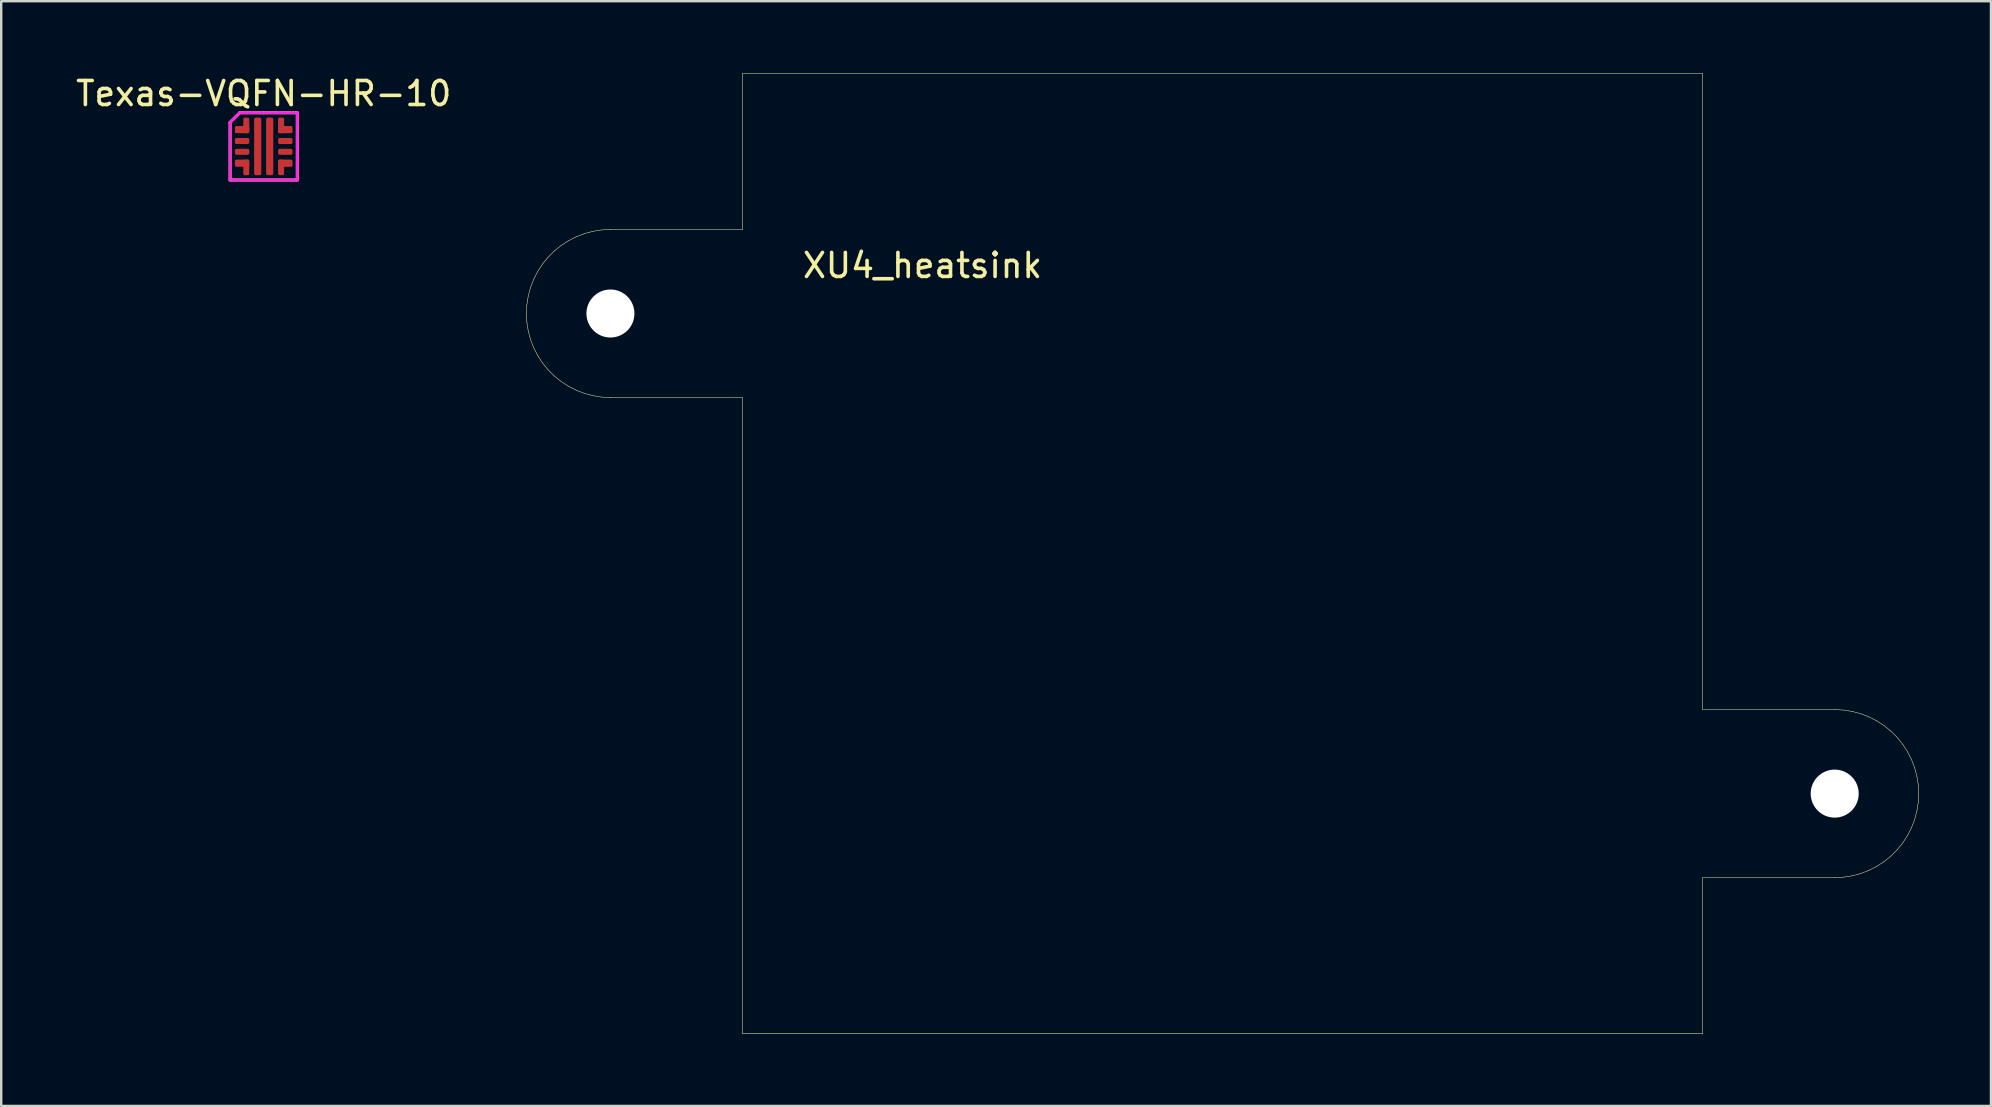
<source format=kicad_pcb>
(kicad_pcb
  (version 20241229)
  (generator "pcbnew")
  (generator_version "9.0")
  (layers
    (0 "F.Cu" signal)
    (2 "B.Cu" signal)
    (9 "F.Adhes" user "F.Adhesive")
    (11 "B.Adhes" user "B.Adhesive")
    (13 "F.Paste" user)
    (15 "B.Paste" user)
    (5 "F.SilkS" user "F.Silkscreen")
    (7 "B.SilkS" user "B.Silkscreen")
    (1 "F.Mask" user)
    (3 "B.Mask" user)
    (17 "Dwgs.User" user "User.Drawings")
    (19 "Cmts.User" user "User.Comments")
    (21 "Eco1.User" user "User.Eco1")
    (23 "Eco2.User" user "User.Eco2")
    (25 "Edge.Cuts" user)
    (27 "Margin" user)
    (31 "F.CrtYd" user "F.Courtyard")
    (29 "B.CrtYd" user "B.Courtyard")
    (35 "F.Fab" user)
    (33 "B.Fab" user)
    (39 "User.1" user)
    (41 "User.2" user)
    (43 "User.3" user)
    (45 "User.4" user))
  (footprint "Texas-VQFN-HR-10"
    (layer "F.Cu")
    (at 7.935 3.048)
    (property "Reference" "Texas-VQFN-HR-10" (at 0 -2.2 0) (unlocked yes) (layer "F.SilkS") (effects (font (size 1 1) (thickness 0.15))))
    (attr smd)
    (fp_line (start -1.4 -1) (end -1.4 1.4) (stroke (width 0.12) (type default)) (layer "F.SilkS"))
    (fp_line (start -1.4 1.4) (end 1.4 1.4) (stroke (width 0.12) (type default)) (layer "F.SilkS"))
    (fp_line (start -1 -1.4) (end -1.4 -1) (stroke (width 0.12) (type default)) (layer "F.SilkS"))
    (fp_line (start 0 -1.4) (end -1 -1.4) (stroke (width 0.12) (type default)) (layer "F.SilkS"))
    (fp_line (start 1.4 -1.4) (end 0 -1.4) (stroke (width 0.12) (type default)) (layer "F.SilkS"))
    (fp_line (start 1.4 1.4) (end 1.4 -1.4) (stroke (width 0.12) (type default)) (layer "F.SilkS"))
    (fp_line (start -1.4 -1) (end -1.4 1.4) (stroke (width 0.12) (type default)) (layer "F.CrtYd"))
    (fp_line (start -1.4 1.4) (end 1.4 1.4) (stroke (width 0.12) (type default)) (layer "F.CrtYd"))
    (fp_line (start -1 -1.4) (end -1.4 -1) (stroke (width 0.12) (type default)) (layer "F.CrtYd"))
    (fp_line (start 1.4 -1.4) (end -1 -1.4) (stroke (width 0.12) (type default)) (layer "F.CrtYd"))
    (fp_line (start 1.4 1.4) (end 1.4 -1.4) (stroke (width 0.12) (type default)) (layer "F.CrtYd"))
    (pad "1" smd roundrect (at -0.9 -0.7) (size 0.6 0.3) (layers "F.Cu" "F.Mask" "F.Paste") (roundrect_rratio 0.208))
    (pad "1" smd roundrect (at -0.725 -0.875) (size 0.25 0.65) (layers "F.Cu" "F.Mask" "F.Paste") (roundrect_rratio 0.25))
    (pad "2" smd roundrect (at -0.9 -0.225) (size 0.6 0.25) (layers "F.Cu" "F.Mask" "F.Paste") (roundrect_rratio 0.25))
    (pad "3" smd roundrect (at -0.9 0.225) (size 0.6 0.25) (layers "F.Cu" "F.Mask" "F.Paste") (roundrect_rratio 0.25))
    (pad "4" smd roundrect (at -0.9 0.7) (size 0.6 0.3) (layers "F.Cu" "F.Mask" "F.Paste") (roundrect_rratio 0.208))
    (pad "4" smd roundrect (at -0.725 0.875) (size 0.25 0.65) (layers "F.Cu" "F.Mask" "F.Paste") (roundrect_rratio 0.25))
    (pad "5" smd roundrect (at -0.25 0) (size 0.3 2.4) (layers "F.Cu" "F.Mask" "F.Paste") (roundrect_rratio 0.25))
    (pad "6" smd roundrect (at 0.25 0) (size 0.3 2.4) (layers "F.Cu" "F.Mask" "F.Paste") (roundrect_rratio 0.25))
    (pad "7" smd roundrect (at 0.725 0.875) (size 0.25 0.65) (layers "F.Cu" "F.Mask" "F.Paste") (roundrect_rratio 0.25))
    (pad "7" smd roundrect (at 0.9 0.7) (size 0.6 0.3) (layers "F.Cu" "F.Mask" "F.Paste") (roundrect_rratio 0.208))
    (pad "8" smd roundrect (at 0.9 0.225) (size 0.6 0.25) (layers "F.Cu" "F.Mask" "F.Paste") (roundrect_rratio 0.25))
    (pad "9" smd roundrect (at 0.9 -0.225) (size 0.6 0.25) (layers "F.Cu" "F.Mask" "F.Paste") (roundrect_rratio 0.25))
    (pad "10" smd roundrect (at 0.725 -0.875) (size 0.25 0.65) (layers "F.Cu" "F.Mask" "F.Paste") (roundrect_rratio 0.25))
    (pad "10" smd roundrect (at 0.9 -0.7) (size 0.6 0.3) (layers "F.Cu" "F.Mask" "F.Paste") (roundrect_rratio 0.208)))
  (footprint "XU4_heatsink"
    (layer "F.Cu")
    (at 22.379 10.01)
    (property "Reference" "XU4_heatsink" (at 13 -2 0) (unlocked yes) (layer "F.SilkS") (effects (font (size 1 1) (thickness 0.15))))
    (attr smd)
    (fp_line (start -3.5 0) (end -3.481 0.366) (stroke (width 0.02) (type solid)) (layer "F.SilkS"))
    (fp_line (start -3.481 -0.366) (end -3.5 0) (stroke (width 0.02) (type solid)) (layer "F.SilkS"))
    (fp_line (start -3.481 0.366) (end -3.424 0.728) (stroke (width 0.02) (type solid)) (layer "F.SilkS"))
    (fp_line (start -3.424 -0.728) (end -3.481 -0.366) (stroke (width 0.02) (type solid)) (layer "F.SilkS"))
    (fp_line (start -3.424 0.728) (end -3.329 1.082) (stroke (width 0.02) (type solid)) (layer "F.SilkS"))
    (fp_line (start -3.329 -1.082) (end -3.424 -0.728) (stroke (width 0.02) (type solid)) (layer "F.SilkS"))
    (fp_line (start -3.329 1.082) (end -3.197 1.424) (stroke (width 0.02) (type solid)) (layer "F.SilkS"))
    (fp_line (start -3.197 -1.424) (end -3.329 -1.082) (stroke (width 0.02) (type solid)) (layer "F.SilkS"))
    (fp_line (start -3.197 1.424) (end -3.031 1.75) (stroke (width 0.02) (type solid)) (layer "F.SilkS"))
    (fp_line (start -3.031 -1.75) (end -3.197 -1.424) (stroke (width 0.02) (type solid)) (layer "F.SilkS"))
    (fp_line (start -3.031 1.75) (end -2.832 2.057) (stroke (width 0.02) (type solid)) (layer "F.SilkS"))
    (fp_line (start -2.832 -2.057) (end -3.031 -1.75) (stroke (width 0.02) (type solid)) (layer "F.SilkS"))
    (fp_line (start -2.832 2.057) (end -2.601 2.342) (stroke (width 0.02) (type solid)) (layer "F.SilkS"))
    (fp_line (start -2.601 -2.342) (end -2.832 -2.057) (stroke (width 0.02) (type solid)) (layer "F.SilkS"))
    (fp_line (start -2.601 2.342) (end -2.342 2.601) (stroke (width 0.02) (type solid)) (layer "F.SilkS"))
    (fp_line (start -2.342 -2.601) (end -2.601 -2.342) (stroke (width 0.02) (type solid)) (layer "F.SilkS"))
    (fp_line (start -2.342 2.601) (end -2.057 2.832) (stroke (width 0.02) (type solid)) (layer "F.SilkS"))
    (fp_line (start -2.057 -2.832) (end -2.342 -2.601) (stroke (width 0.02) (type solid)) (layer "F.SilkS"))
    (fp_line (start -2.057 2.832) (end -1.75 3.031) (stroke (width 0.02) (type solid)) (layer "F.SilkS"))
    (fp_line (start -1.75 -3.031) (end -2.057 -2.832) (stroke (width 0.02) (type solid)) (layer "F.SilkS"))
    (fp_line (start -1.75 3.031) (end -1.424 3.197) (stroke (width 0.02) (type solid)) (layer "F.SilkS"))
    (fp_line (start -1.424 -3.197) (end -1.75 -3.031) (stroke (width 0.02) (type solid)) (layer "F.SilkS"))
    (fp_line (start -1.424 3.197) (end -1.082 3.329) (stroke (width 0.02) (type solid)) (layer "F.SilkS"))
    (fp_line (start -1.082 -3.329) (end -1.424 -3.197) (stroke (width 0.02) (type solid)) (layer "F.SilkS"))
    (fp_line (start -1.082 3.329) (end -0.728 3.424) (stroke (width 0.02) (type solid)) (layer "F.SilkS"))
    (fp_line (start -0.728 -3.424) (end -1.082 -3.329) (stroke (width 0.02) (type solid)) (layer "F.SilkS"))
    (fp_line (start -0.728 3.424) (end -0.366 3.481) (stroke (width 0.02) (type solid)) (layer "F.SilkS"))
    (fp_line (start -0.366 -3.481) (end -0.728 -3.424) (stroke (width 0.02) (type solid)) (layer "F.SilkS"))
    (fp_line (start -0.366 3.481) (end 0 3.5) (stroke (width 0.02) (type solid)) (layer "F.SilkS"))
    (fp_line (start 0 -3.5) (end -0.366 -3.481) (stroke (width 0.02) (type solid)) (layer "F.SilkS"))
    (fp_line (start 0 3.5) (end 0.01 3.499) (stroke (width 0.02) (type solid)) (layer "F.SilkS"))
    (fp_line (start 0.01 -3.5) (end 0.01 -3.499) (stroke (width 0.02) (type solid)) (layer "F.SilkS"))
    (fp_line (start 0.01 -3.499) (end 0 -3.5) (stroke (width 0.02) (type solid)) (layer "F.SilkS"))
    (fp_line (start 0.01 3.499) (end 0.01 3.5) (stroke (width 0.02) (type solid)) (layer "F.SilkS"))
    (fp_line (start 0.01 3.5) (end 5.5 3.5) (stroke (width 0.02) (type solid)) (layer "F.SilkS"))
    (fp_line (start 5.5 -10) (end 5.5 -3.5) (stroke (width 0.02) (type solid)) (layer "F.SilkS"))
    (fp_line (start 5.5 -3.5) (end 0.01 -3.5) (stroke (width 0.02) (type solid)) (layer "F.SilkS"))
    (fp_line (start 5.5 3.5) (end 5.5 30) (stroke (width 0.02) (type solid)) (layer "F.SilkS"))
    (fp_line (start 5.5 30) (end 45.5 30) (stroke (width 0.02) (type solid)) (layer "F.SilkS"))
    (fp_line (start 45.5 -10) (end 5.5 -10) (stroke (width 0.02) (type solid)) (layer "F.SilkS"))
    (fp_line (start 45.5 16.5) (end 45.5 -10) (stroke (width 0.02) (type solid)) (layer "F.SilkS"))
    (fp_line (start 45.5 23.5) (end 50.99 23.5) (stroke (width 0.02) (type solid)) (layer "F.SilkS"))
    (fp_line (start 45.5 30) (end 45.5 23.5) (stroke (width 0.02) (type solid)) (layer "F.SilkS"))
    (fp_line (start 50.99 16.5) (end 45.5 16.5) (stroke (width 0.02) (type solid)) (layer "F.SilkS"))
    (fp_line (start 50.99 16.5) (end 50.99 16.5) (stroke (width 0.02) (type solid)) (layer "F.SilkS"))
    (fp_line (start 50.99 23.5) (end 51 23.5) (stroke (width 0.02) (type solid)) (layer "F.SilkS"))
    (fp_line (start 50.99 23.5) (end 50.99 23.5) (stroke (width 0.02) (type solid)) (layer "F.SilkS"))
    (fp_line (start 51 16.5) (end 50.99 16.5) (stroke (width 0.02) (type solid)) (layer "F.SilkS"))
    (fp_line (start 51 23.5) (end 51.366 23.481) (stroke (width 0.02) (type solid)) (layer "F.SilkS"))
    (fp_line (start 51.366 16.519) (end 51 16.5) (stroke (width 0.02) (type solid)) (layer "F.SilkS"))
    (fp_line (start 51.366 23.481) (end 51.728 23.424) (stroke (width 0.02) (type solid)) (layer "F.SilkS"))
    (fp_line (start 51.728 16.576) (end 51.366 16.519) (stroke (width 0.02) (type solid)) (layer "F.SilkS"))
    (fp_line (start 51.728 23.424) (end 52.082 23.329) (stroke (width 0.02) (type solid)) (layer "F.SilkS"))
    (fp_line (start 52.082 16.671) (end 51.728 16.576) (stroke (width 0.02) (type solid)) (layer "F.SilkS"))
    (fp_line (start 52.082 23.329) (end 52.424 23.197) (stroke (width 0.02) (type solid)) (layer "F.SilkS"))
    (fp_line (start 52.424 16.803) (end 52.082 16.671) (stroke (width 0.02) (type solid)) (layer "F.SilkS"))
    (fp_line (start 52.424 23.197) (end 52.75 23.031) (stroke (width 0.02) (type solid)) (layer "F.SilkS"))
    (fp_line (start 52.75 16.969) (end 52.424 16.803) (stroke (width 0.02) (type solid)) (layer "F.SilkS"))
    (fp_line (start 52.75 23.031) (end 53.057 22.832) (stroke (width 0.02) (type solid)) (layer "F.SilkS"))
    (fp_line (start 53.057 17.168) (end 52.75 16.969) (stroke (width 0.02) (type solid)) (layer "F.SilkS"))
    (fp_line (start 53.057 22.832) (end 53.342 22.601) (stroke (width 0.02) (type solid)) (layer "F.SilkS"))
    (fp_line (start 53.342 17.399) (end 53.057 17.168) (stroke (width 0.02) (type solid)) (layer "F.SilkS"))
    (fp_line (start 53.342 22.601) (end 53.601 22.342) (stroke (width 0.02) (type solid)) (layer "F.SilkS"))
    (fp_line (start 53.601 17.658) (end 53.342 17.399) (stroke (width 0.02) (type solid)) (layer "F.SilkS"))
    (fp_line (start 53.601 22.342) (end 53.832 22.057) (stroke (width 0.02) (type solid)) (layer "F.SilkS"))
    (fp_line (start 53.832 17.943) (end 53.601 17.658) (stroke (width 0.02) (type solid)) (layer "F.SilkS"))
    (fp_line (start 53.832 22.057) (end 54.031 21.75) (stroke (width 0.02) (type solid)) (layer "F.SilkS"))
    (fp_line (start 54.031 18.25) (end 53.832 17.943) (stroke (width 0.02) (type solid)) (layer "F.SilkS"))
    (fp_line (start 54.031 21.75) (end 54.197 21.424) (stroke (width 0.02) (type solid)) (layer "F.SilkS"))
    (fp_line (start 54.197 18.576) (end 54.031 18.25) (stroke (width 0.02) (type solid)) (layer "F.SilkS"))
    (fp_line (start 54.197 21.424) (end 54.329 21.082) (stroke (width 0.02) (type solid)) (layer "F.SilkS"))
    (fp_line (start 54.329 18.918) (end 54.197 18.576) (stroke (width 0.02) (type solid)) (layer "F.SilkS"))
    (fp_line (start 54.329 21.082) (end 54.423 20.728) (stroke (width 0.02) (type solid)) (layer "F.SilkS"))
    (fp_line (start 54.423 19.272) (end 54.329 18.918) (stroke (width 0.02) (type solid)) (layer "F.SilkS"))
    (fp_line (start 54.423 20.728) (end 54.481 20.366) (stroke (width 0.02) (type solid)) (layer "F.SilkS"))
    (fp_line (start 54.481 19.634) (end 54.423 19.272) (stroke (width 0.02) (type solid)) (layer "F.SilkS"))
    (fp_line (start 54.481 20.366) (end 54.5 20) (stroke (width 0.02) (type solid)) (layer "F.SilkS"))
    (fp_line (start 54.5 20) (end 54.481 19.634) (stroke (width 0.02) (type solid)) (layer "F.SilkS"))
    (pad "" np_thru_hole circle (at 0 0) (size 2 2) (drill 3) (layers "*.Cu"))
    (pad "" np_thru_hole circle (at 51 20) (size 2 2) (drill 3) (layers "*.Cu")))
  (gr_rect
    (start -3 -3)
    (end 79.889 43.02)
    (stroke (width 0.1) (type default))
    (fill no)
    (layer "Edge.Cuts")))
</source>
